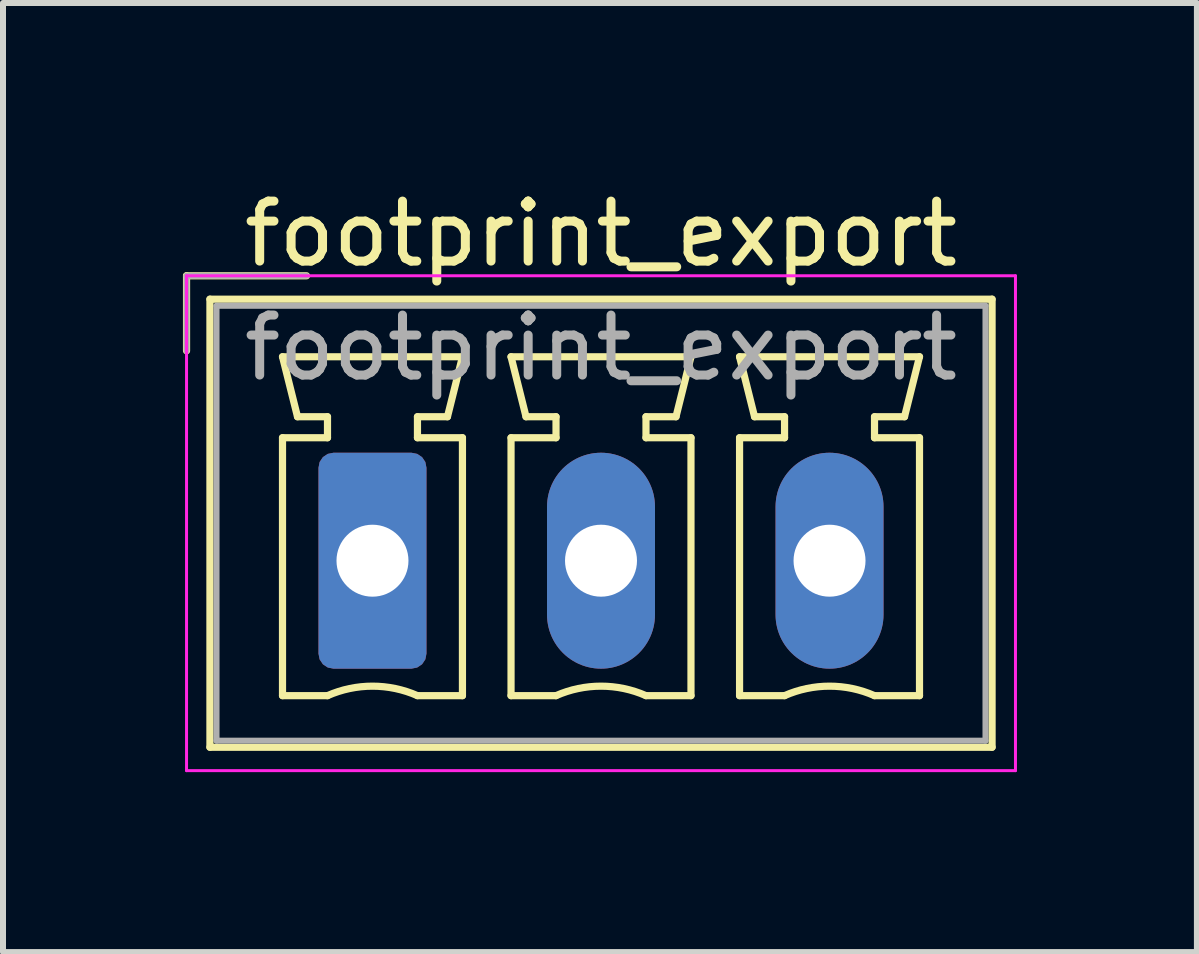
<source format=kicad_pcb>
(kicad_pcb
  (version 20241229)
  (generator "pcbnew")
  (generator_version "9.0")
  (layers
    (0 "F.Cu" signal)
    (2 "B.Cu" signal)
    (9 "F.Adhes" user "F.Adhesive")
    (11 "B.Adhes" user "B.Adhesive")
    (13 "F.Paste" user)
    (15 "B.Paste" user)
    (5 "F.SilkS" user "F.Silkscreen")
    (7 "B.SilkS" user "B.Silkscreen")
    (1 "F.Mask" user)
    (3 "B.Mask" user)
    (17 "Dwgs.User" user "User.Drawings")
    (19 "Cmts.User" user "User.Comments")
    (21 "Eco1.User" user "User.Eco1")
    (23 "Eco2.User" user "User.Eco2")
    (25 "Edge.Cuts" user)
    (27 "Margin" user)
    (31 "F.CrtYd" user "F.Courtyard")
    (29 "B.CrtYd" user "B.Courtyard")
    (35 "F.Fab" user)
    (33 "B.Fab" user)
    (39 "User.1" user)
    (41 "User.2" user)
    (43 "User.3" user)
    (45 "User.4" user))
  (footprint "footprint_export"
    (layer "F.Cu")
    (at 3.16 6.298)
    (property "Reference" "footprint_export" (at 3.81 -5.45 0) (layer "F.SilkS") (effects (font (size 1 1) (thickness 0.15))))
    (attr through_hole)
    (fp_line (start -3.1 -4.75) (end -1.1 -4.75) (stroke (width 0.12) (type solid)) (layer "F.SilkS"))
    (fp_line (start -3.1 -3.5) (end -3.1 -4.75) (stroke (width 0.12) (type solid)) (layer "F.SilkS"))
    (fp_line (start -2.71 -4.36) (end -2.71 3.11) (stroke (width 0.12) (type solid)) (layer "F.SilkS"))
    (fp_line (start -2.71 3.11) (end 10.33 3.11) (stroke (width 0.12) (type solid)) (layer "F.SilkS"))
    (fp_line (start -1.5 -3.4) (end 1.5 -3.4) (stroke (width 0.12) (type solid)) (layer "F.SilkS"))
    (fp_line (start -1.5 -2.05) (end -0.75 -2.05) (stroke (width 0.12) (type solid)) (layer "F.SilkS"))
    (fp_line (start -1.5 2.25) (end -1.5 -2.05) (stroke (width 0.12) (type solid)) (layer "F.SilkS"))
    (fp_line (start -1.25 -2.4) (end -1.5 -3.4) (stroke (width 0.12) (type solid)) (layer "F.SilkS"))
    (fp_line (start -0.75 -2.4) (end -1.25 -2.4) (stroke (width 0.12) (type solid)) (layer "F.SilkS"))
    (fp_line (start -0.75 -2.05) (end -0.75 -2.4) (stroke (width 0.12) (type solid)) (layer "F.SilkS"))
    (fp_line (start -0.75 2.25) (end -1.5 2.25) (stroke (width 0.12) (type solid)) (layer "F.SilkS"))
    (fp_line (start 0.75 -2.4) (end 0.75 -2.05) (stroke (width 0.12) (type solid)) (layer "F.SilkS"))
    (fp_line (start 0.75 -2.05) (end 1.5 -2.05) (stroke (width 0.12) (type solid)) (layer "F.SilkS"))
    (fp_line (start 1.25 -2.4) (end 0.75 -2.4) (stroke (width 0.12) (type solid)) (layer "F.SilkS"))
    (fp_line (start 1.5 -3.4) (end 1.25 -2.4) (stroke (width 0.12) (type solid)) (layer "F.SilkS"))
    (fp_line (start 1.5 -2.05) (end 1.5 2.25) (stroke (width 0.12) (type solid)) (layer "F.SilkS"))
    (fp_line (start 1.5 2.25) (end 0.75 2.25) (stroke (width 0.12) (type solid)) (layer "F.SilkS"))
    (fp_line (start 2.31 -3.4) (end 5.31 -3.4) (stroke (width 0.12) (type solid)) (layer "F.SilkS"))
    (fp_line (start 2.31 -2.05) (end 3.06 -2.05) (stroke (width 0.12) (type solid)) (layer "F.SilkS"))
    (fp_line (start 2.31 2.25) (end 2.31 -2.05) (stroke (width 0.12) (type solid)) (layer "F.SilkS"))
    (fp_line (start 2.56 -2.4) (end 2.31 -3.4) (stroke (width 0.12) (type solid)) (layer "F.SilkS"))
    (fp_line (start 3.06 -2.4) (end 2.56 -2.4) (stroke (width 0.12) (type solid)) (layer "F.SilkS"))
    (fp_line (start 3.06 -2.05) (end 3.06 -2.4) (stroke (width 0.12) (type solid)) (layer "F.SilkS"))
    (fp_line (start 3.06 2.25) (end 2.31 2.25) (stroke (width 0.12) (type solid)) (layer "F.SilkS"))
    (fp_line (start 4.56 -2.4) (end 4.56 -2.05) (stroke (width 0.12) (type solid)) (layer "F.SilkS"))
    (fp_line (start 4.56 -2.05) (end 5.31 -2.05) (stroke (width 0.12) (type solid)) (layer "F.SilkS"))
    (fp_line (start 5.06 -2.4) (end 4.56 -2.4) (stroke (width 0.12) (type solid)) (layer "F.SilkS"))
    (fp_line (start 5.31 -3.4) (end 5.06 -2.4) (stroke (width 0.12) (type solid)) (layer "F.SilkS"))
    (fp_line (start 5.31 -2.05) (end 5.31 2.25) (stroke (width 0.12) (type solid)) (layer "F.SilkS"))
    (fp_line (start 5.31 2.25) (end 4.56 2.25) (stroke (width 0.12) (type solid)) (layer "F.SilkS"))
    (fp_line (start 6.12 -3.4) (end 9.12 -3.4) (stroke (width 0.12) (type solid)) (layer "F.SilkS"))
    (fp_line (start 6.12 -2.05) (end 6.87 -2.05) (stroke (width 0.12) (type solid)) (layer "F.SilkS"))
    (fp_line (start 6.12 2.25) (end 6.12 -2.05) (stroke (width 0.12) (type solid)) (layer "F.SilkS"))
    (fp_line (start 6.37 -2.4) (end 6.12 -3.4) (stroke (width 0.12) (type solid)) (layer "F.SilkS"))
    (fp_line (start 6.87 -2.4) (end 6.37 -2.4) (stroke (width 0.12) (type solid)) (layer "F.SilkS"))
    (fp_line (start 6.87 -2.05) (end 6.87 -2.4) (stroke (width 0.12) (type solid)) (layer "F.SilkS"))
    (fp_line (start 6.87 2.25) (end 6.12 2.25) (stroke (width 0.12) (type solid)) (layer "F.SilkS"))
    (fp_line (start 8.37 -2.4) (end 8.37 -2.05) (stroke (width 0.12) (type solid)) (layer "F.SilkS"))
    (fp_line (start 8.37 -2.05) (end 9.12 -2.05) (stroke (width 0.12) (type solid)) (layer "F.SilkS"))
    (fp_line (start 8.87 -2.4) (end 8.37 -2.4) (stroke (width 0.12) (type solid)) (layer "F.SilkS"))
    (fp_line (start 9.12 -3.4) (end 8.87 -2.4) (stroke (width 0.12) (type solid)) (layer "F.SilkS"))
    (fp_line (start 9.12 -2.05) (end 9.12 2.25) (stroke (width 0.12) (type solid)) (layer "F.SilkS"))
    (fp_line (start 9.12 2.25) (end 8.37 2.25) (stroke (width 0.12) (type solid)) (layer "F.SilkS"))
    (fp_line (start 10.33 -4.36) (end -2.71 -4.36) (stroke (width 0.12) (type solid)) (layer "F.SilkS"))
    (fp_line (start 10.33 3.11) (end 10.33 -4.36) (stroke (width 0.12) (type solid)) (layer "F.SilkS"))
    (fp_arc (start -0.75 2.25) (mid -0.000193 2.09191) (end 0.749647 2.249844) (stroke (width 0.12) (type solid)) (layer "F.SilkS"))
    (fp_arc (start 3.06 2.25) (mid 3.809807 2.09191) (end 4.559647 2.249844) (stroke (width 0.12) (type solid)) (layer "F.SilkS"))
    (fp_arc (start 6.87 2.25) (mid 7.619807 2.09191) (end 8.369647 2.249844) (stroke (width 0.12) (type solid)) (layer "F.SilkS"))
    (fp_line (start -3.1 -4.75) (end -3.1 3.5) (stroke (width 0.05) (type solid)) (layer "F.CrtYd"))
    (fp_line (start -3.1 3.5) (end 10.72 3.5) (stroke (width 0.05) (type solid)) (layer "F.CrtYd"))
    (fp_line (start 10.72 -4.75) (end -3.1 -4.75) (stroke (width 0.05) (type solid)) (layer "F.CrtYd"))
    (fp_line (start 10.72 3.5) (end 10.72 -4.75) (stroke (width 0.05) (type solid)) (layer "F.CrtYd"))
    (fp_line (start -3.1 -4.75) (end -1.1 -4.75) (stroke (width 0.1) (type solid)) (layer "F.Fab"))
    (fp_line (start -3.1 -3.5) (end -3.1 -4.75) (stroke (width 0.1) (type solid)) (layer "F.Fab"))
    (fp_line (start -2.6 -4.25) (end -2.6 3) (stroke (width 0.1) (type solid)) (layer "F.Fab"))
    (fp_line (start -2.6 3) (end 10.22 3) (stroke (width 0.1) (type solid)) (layer "F.Fab"))
    (fp_line (start 10.22 -4.25) (end -2.6 -4.25) (stroke (width 0.1) (type solid)) (layer "F.Fab"))
    (fp_line (start 10.22 3) (end 10.22 -4.25) (stroke (width 0.1) (type solid)) (layer "F.Fab"))
    (fp_text user "${REFERENCE}" (at 3.81 -3.55 0) (layer "F.Fab") (effects (font (size 1 1) (thickness 0.15))))
    (pad "1" thru_hole roundrect (at 0 0) (size 1.8 3.6) (drill 1.2) (layers "*.Cu" "*.Mask") (roundrect_rratio 0.139))
    (pad "2" thru_hole oval (at 3.81 0) (size 1.8 3.6) (drill 1.2) (layers "*.Cu" "*.Mask"))
    (pad "3" thru_hole oval (at 7.62 0) (size 1.8 3.6) (drill 1.2) (layers "*.Cu" "*.Mask")))
  (gr_rect
    (start -3 -3)
    (end 16.905 12.823)
    (stroke (width 0.1) (type default))
    (fill no)
    (layer "Edge.Cuts")))
</source>
